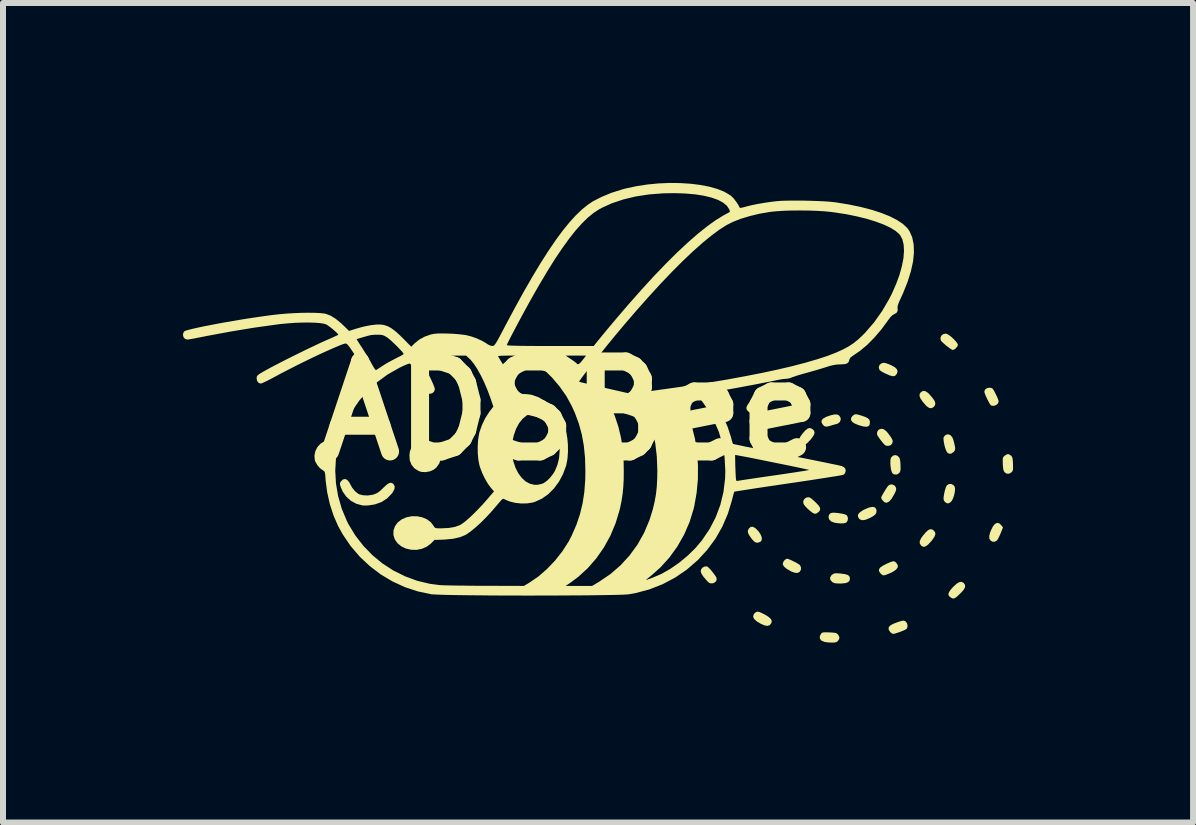
<source format=kicad_pcb>
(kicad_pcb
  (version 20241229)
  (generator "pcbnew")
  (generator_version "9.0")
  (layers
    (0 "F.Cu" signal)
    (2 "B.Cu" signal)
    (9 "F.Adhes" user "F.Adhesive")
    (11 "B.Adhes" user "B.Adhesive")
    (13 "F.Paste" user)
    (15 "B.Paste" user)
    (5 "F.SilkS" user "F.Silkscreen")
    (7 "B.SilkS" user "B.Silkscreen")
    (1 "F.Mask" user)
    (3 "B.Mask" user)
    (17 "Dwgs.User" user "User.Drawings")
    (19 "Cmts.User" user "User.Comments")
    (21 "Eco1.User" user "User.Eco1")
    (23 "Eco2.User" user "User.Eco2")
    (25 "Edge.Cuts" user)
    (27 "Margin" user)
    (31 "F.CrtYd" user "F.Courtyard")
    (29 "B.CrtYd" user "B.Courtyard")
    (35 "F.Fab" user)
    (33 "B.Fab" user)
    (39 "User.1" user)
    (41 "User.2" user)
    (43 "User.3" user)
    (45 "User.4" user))
  (footprint "ADSBee"
    (layer "F.Cu")
    (at 6.453 3.798)
    (property "Reference" "ADSBee" (at 0 0 0) (layer "F.SilkS") (effects (font (size 1.5 1.5) (thickness 0.3))))
    (attr board_only exclude_from_pos_files exclude_from_bom)
    (fp_poly (pts (xy 5.081 1.61) (xy 5.104 1.637) (xy 5.11 1.673) (xy 5.105 1.705) (xy 5.087 1.731) (xy 5.052 1.758) (xy 4.998 1.788) (xy 4.928 1.817) (xy 4.874 1.825) (xy 4.835 1.813) (xy 4.822 1.802) (xy 4.8 1.766) (xy 4.801 1.731) (xy 4.828 1.697) (xy 4.879 1.661) (xy 4.908 1.646) (xy 4.983 1.614) (xy 5.041 1.602)) (stroke (width 0) (type solid)) (fill yes) (layer "F.SilkS"))
    (fp_poly (pts (xy 7.157 1.877) (xy 7.191 1.91) (xy 7.218 1.946) (xy 7.179 2.043) (xy 7.157 2.093) (xy 7.136 2.135) (xy 7.119 2.161) (xy 7.117 2.163) (xy 7.08 2.184) (xy 7.04 2.182) (xy 7.009 2.162) (xy 6.991 2.13) (xy 6.989 2.087) (xy 7.004 2.029) (xy 7.016 1.998) (xy 7.049 1.93) (xy 7.084 1.887) (xy 7.12 1.869)) (stroke (width 0) (type solid)) (fill yes) (layer "F.SilkS"))
    (fp_poly (pts (xy 3.157 3.355) (xy 3.201 3.374) (xy 3.247 3.397) (xy 3.31 3.436) (xy 3.349 3.472) (xy 3.364 3.506) (xy 3.357 3.539) (xy 3.33 3.573) (xy 3.294 3.586) (xy 3.245 3.579) (xy 3.181 3.552) (xy 3.18 3.551) (xy 3.111 3.51) (xy 3.069 3.471) (xy 3.053 3.433) (xy 3.062 3.395) (xy 3.08 3.373) (xy 3.102 3.356) (xy 3.126 3.349)) (stroke (width 0) (type solid)) (fill yes) (layer "F.SilkS"))
    (fp_poly (pts (xy 4.028 0.297) (xy 4.039 0.304) (xy 4.068 0.332) (xy 4.077 0.362) (xy 4.068 0.399) (xy 4.038 0.446) (xy 4.007 0.485) (xy 3.956 0.538) (xy 3.915 0.568) (xy 3.879 0.575) (xy 3.847 0.561) (xy 3.835 0.549) (xy 3.817 0.517) (xy 3.818 0.479) (xy 3.839 0.433) (xy 3.875 0.382) (xy 3.922 0.328) (xy 3.962 0.297) (xy 3.996 0.287)) (stroke (width 0) (type solid)) (fill yes) (layer "F.SilkS"))
    (fp_poly (pts (xy 5.924 -0.327) (xy 5.967 -0.299) (xy 5.989 -0.277) (xy 6.043 -0.215) (xy 6.077 -0.166) (xy 6.09 -0.126) (xy 6.085 -0.093) (xy 6.067 -0.067) (xy 6.029 -0.043) (xy 5.988 -0.046) (xy 5.946 -0.076) (xy 5.938 -0.083) (xy 5.881 -0.149) (xy 5.844 -0.202) (xy 5.827 -0.245) (xy 5.829 -0.279) (xy 5.848 -0.308) (xy 5.851 -0.311) (xy 5.886 -0.331)) (stroke (width 0) (type solid)) (fill yes) (layer "F.SilkS"))
    (fp_poly (pts (xy 6.041 1.98) (xy 6.067 2) (xy 6.087 2.028) (xy 6.091 2.06) (xy 6.077 2.098) (xy 6.044 2.147) (xy 6.02 2.177) (xy 5.97 2.231) (xy 5.929 2.261) (xy 5.893 2.269) (xy 5.861 2.254) (xy 5.849 2.242) (xy 5.83 2.21) (xy 5.831 2.172) (xy 5.853 2.125) (xy 5.882 2.084) (xy 5.932 2.025) (xy 5.973 1.988) (xy 6.009 1.974)) (stroke (width 0) (type solid)) (fill yes) (layer "F.SilkS"))
    (fp_poly (pts (xy 3.09 1.957) (xy 3.138 2.005) (xy 3.143 2.01) (xy 3.18 2.067) (xy 3.198 2.117) (xy 3.195 2.158) (xy 3.173 2.186) (xy 3.132 2.199) (xy 3.119 2.2) (xy 3.093 2.195) (xy 3.067 2.177) (xy 3.035 2.142) (xy 3.027 2.132) (xy 2.988 2.077) (xy 2.967 2.035) (xy 2.965 2) (xy 2.979 1.967) (xy 2.979 1.966) (xy 3.01 1.937) (xy 3.047 1.934)) (stroke (width 0) (type solid)) (fill yes) (layer "F.SilkS"))
    (fp_poly (pts (xy 6.558 2.868) (xy 6.566 2.874) (xy 6.586 2.905) (xy 6.586 2.94) (xy 6.565 2.981) (xy 6.522 3.031) (xy 6.501 3.051) (xy 6.456 3.094) (xy 6.423 3.119) (xy 6.398 3.13) (xy 6.376 3.128) (xy 6.353 3.117) (xy 6.32 3.092) (xy 6.308 3.064) (xy 6.316 3.028) (xy 6.345 2.984) (xy 6.387 2.937) (xy 6.442 2.886) (xy 6.487 2.858) (xy 6.525 2.852)) (stroke (width 0) (type solid)) (fill yes) (layer "F.SilkS"))
    (fp_poly (pts (xy 3.164 -0.243) (xy 3.192 -0.214) (xy 3.2 -0.182) (xy 3.191 -0.149) (xy 3.169 -0.106) (xy 3.137 -0.06) (xy 3.101 -0.017) (xy 3.065 0.018) (xy 3.035 0.037) (xy 3.023 0.04) (xy 2.998 0.031) (xy 2.968 0.009) (xy 2.965 0.006) (xy 2.944 -0.022) (xy 2.94 -0.052) (xy 2.954 -0.089) (xy 2.984 -0.133) (xy 3.029 -0.192) (xy 3.066 -0.229) (xy 3.098 -0.249) (xy 3.122 -0.253)) (stroke (width 0) (type solid)) (fill yes) (layer "F.SilkS"))
    (fp_poly (pts (xy 4.442 1.702) (xy 4.489 1.708) (xy 4.548 1.718) (xy 4.586 1.728) (xy 4.609 1.74) (xy 4.622 1.754) (xy 4.634 1.792) (xy 4.628 1.832) (xy 4.606 1.863) (xy 4.599 1.867) (xy 4.564 1.876) (xy 4.512 1.878) (xy 4.45 1.873) (xy 4.403 1.864) (xy 4.352 1.844) (xy 4.32 1.811) (xy 4.31 1.77) (xy 4.312 1.754) (xy 4.325 1.724) (xy 4.348 1.706) (xy 4.385 1.699)) (stroke (width 0) (type solid)) (fill yes) (layer "F.SilkS"))
    (fp_poly (pts (xy 4.484 0.077) (xy 4.508 0.11) (xy 4.509 0.113) (xy 4.513 0.151) (xy 4.497 0.188) (xy 4.463 0.214) (xy 4.443 0.221) (xy 4.407 0.23) (xy 4.362 0.243) (xy 4.348 0.248) (xy 4.296 0.262) (xy 4.261 0.264) (xy 4.236 0.254) (xy 4.214 0.231) (xy 4.193 0.193) (xy 4.195 0.159) (xy 4.221 0.129) (xy 4.272 0.101) (xy 4.338 0.078) (xy 4.403 0.062) (xy 4.451 0.062)) (stroke (width 0) (type solid)) (fill yes) (layer "F.SilkS"))
    (fp_poly (pts (xy 5.263 -0.794) (xy 5.308 -0.779) (xy 5.355 -0.759) (xy 5.416 -0.725) (xy 5.45 -0.691) (xy 5.461 -0.656) (xy 5.451 -0.622) (xy 5.431 -0.593) (xy 5.406 -0.577) (xy 5.372 -0.577) (xy 5.325 -0.591) (xy 5.263 -0.618) (xy 5.217 -0.641) (xy 5.181 -0.663) (xy 5.161 -0.679) (xy 5.16 -0.68) (xy 5.147 -0.721) (xy 5.157 -0.759) (xy 5.185 -0.787) (xy 5.227 -0.8) (xy 5.232 -0.8)) (stroke (width 0) (type solid)) (fill yes) (layer "F.SilkS"))
    (fp_poly (pts (xy 5.418 2.516) (xy 5.436 2.532) (xy 5.439 2.536) (xy 5.464 2.574) (xy 5.463 2.612) (xy 5.436 2.648) (xy 5.384 2.684) (xy 5.324 2.712) (xy 5.273 2.733) (xy 5.24 2.743) (xy 5.218 2.743) (xy 5.199 2.733) (xy 5.179 2.714) (xy 5.153 2.679) (xy 5.15 2.647) (xy 5.169 2.616) (xy 5.213 2.584) (xy 5.275 2.552) (xy 5.332 2.527) (xy 5.371 2.513) (xy 5.398 2.509)) (stroke (width 0) (type solid)) (fill yes) (layer "F.SilkS"))
    (fp_poly (pts (xy 6.348 0.411) (xy 6.378 0.451) (xy 6.394 0.496) (xy 6.41 0.562) (xy 6.419 0.607) (xy 6.421 0.638) (xy 6.415 0.66) (xy 6.403 0.678) (xy 6.395 0.687) (xy 6.355 0.715) (xy 6.318 0.716) (xy 6.287 0.694) (xy 6.271 0.665) (xy 6.254 0.619) (xy 6.24 0.565) (xy 6.23 0.511) (xy 6.226 0.467) (xy 6.229 0.442) (xy 6.248 0.415) (xy 6.273 0.398) (xy 6.312 0.393)) (stroke (width 0) (type solid)) (fill yes) (layer "F.SilkS"))
    (fp_poly (pts (xy 3.644 2.473) (xy 3.682 2.489) (xy 3.728 2.511) (xy 3.774 2.534) (xy 3.811 2.557) (xy 3.83 2.57) (xy 3.849 2.603) (xy 3.851 2.644) (xy 3.834 2.679) (xy 3.829 2.685) (xy 3.796 2.703) (xy 3.753 2.702) (xy 3.697 2.683) (xy 3.673 2.671) (xy 3.607 2.632) (xy 3.566 2.596) (xy 3.548 2.562) (xy 3.547 2.551) (xy 3.557 2.518) (xy 3.58 2.487) (xy 3.61 2.468) (xy 3.62 2.467)) (stroke (width 0) (type solid)) (fill yes) (layer "F.SilkS"))
    (fp_poly (pts (xy 4.795 0.062) (xy 4.839 0.075) (xy 4.85 0.078) (xy 4.917 0.101) (xy 4.961 0.122) (xy 4.987 0.145) (xy 4.998 0.173) (xy 5 0.192) (xy 4.994 0.234) (xy 4.975 0.258) (xy 4.94 0.267) (xy 4.887 0.261) (xy 4.822 0.243) (xy 4.752 0.216) (xy 4.707 0.187) (xy 4.685 0.156) (xy 4.686 0.121) (xy 4.687 0.12) (xy 4.704 0.092) (xy 4.727 0.072) (xy 4.747 0.061) (xy 4.766 0.058)) (stroke (width 0) (type solid)) (fill yes) (layer "F.SilkS"))
    (fp_poly (pts (xy 5.464 0.753) (xy 5.493 0.787) (xy 5.501 0.813) (xy 5.507 0.856) (xy 5.51 0.908) (xy 5.51 0.912) (xy 5.511 0.967) (xy 5.507 1.002) (xy 5.497 1.026) (xy 5.488 1.038) (xy 5.45 1.063) (xy 5.408 1.062) (xy 5.38 1.048) (xy 5.365 1.024) (xy 5.352 0.981) (xy 5.344 0.928) (xy 5.34 0.872) (xy 5.342 0.822) (xy 5.35 0.785) (xy 5.354 0.778) (xy 5.387 0.747) (xy 5.426 0.739)) (stroke (width 0) (type solid)) (fill yes) (layer "F.SilkS"))
    (fp_poly (pts (xy 6.392 1.239) (xy 6.413 1.266) (xy 6.419 1.299) (xy 6.416 1.347) (xy 6.405 1.402) (xy 6.388 1.455) (xy 6.368 1.497) (xy 6.352 1.517) (xy 6.319 1.541) (xy 6.291 1.544) (xy 6.258 1.527) (xy 6.256 1.526) (xy 6.232 1.495) (xy 6.227 1.463) (xy 6.231 1.421) (xy 6.24 1.369) (xy 6.253 1.317) (xy 6.267 1.274) (xy 6.28 1.247) (xy 6.28 1.246) (xy 6.315 1.222) (xy 6.355 1.22)) (stroke (width 0) (type solid)) (fill yes) (layer "F.SilkS"))
    (fp_poly (pts (xy 2.291 2.599) (xy 2.312 2.617) (xy 2.343 2.649) (xy 2.377 2.69) (xy 2.408 2.731) (xy 2.432 2.766) (xy 2.442 2.784) (xy 2.444 2.823) (xy 2.424 2.855) (xy 2.387 2.875) (xy 2.371 2.877) (xy 2.343 2.877) (xy 2.32 2.869) (xy 2.294 2.847) (xy 2.267 2.817) (xy 2.219 2.76) (xy 2.191 2.715) (xy 2.179 2.679) (xy 2.184 2.649) (xy 2.185 2.645) (xy 2.21 2.614) (xy 2.246 2.596) (xy 2.283 2.595)) (stroke (width 0) (type solid)) (fill yes) (layer "F.SilkS"))
    (fp_poly (pts (xy 4 1.448) (xy 4.022 1.463) (xy 4.056 1.491) (xy 4.094 1.526) (xy 4.099 1.531) (xy 4.145 1.58) (xy 4.168 1.619) (xy 4.17 1.651) (xy 4.152 1.68) (xy 4.138 1.692) (xy 4.105 1.714) (xy 4.077 1.717) (xy 4.045 1.702) (xy 4.04 1.698) (xy 3.998 1.666) (xy 3.955 1.627) (xy 3.919 1.589) (xy 3.896 1.557) (xy 3.892 1.55) (xy 3.888 1.509) (xy 3.905 1.473) (xy 3.935 1.449) (xy 3.974 1.441)) (stroke (width 0) (type solid)) (fill yes) (layer "F.SilkS"))
    (fp_poly (pts (xy 4.491 2.712) (xy 4.513 2.714) (xy 4.583 2.723) (xy 4.63 2.737) (xy 4.656 2.758) (xy 4.666 2.788) (xy 4.667 2.795) (xy 4.659 2.834) (xy 4.634 2.859) (xy 4.588 2.874) (xy 4.521 2.88) (xy 4.508 2.88) (xy 4.451 2.879) (xy 4.412 2.874) (xy 4.385 2.863) (xy 4.368 2.852) (xy 4.339 2.817) (xy 4.336 2.779) (xy 4.359 2.742) (xy 4.37 2.733) (xy 4.391 2.719) (xy 4.413 2.711) (xy 4.444 2.709)) (stroke (width 0) (type solid)) (fill yes) (layer "F.SilkS"))
    (fp_poly (pts (xy 6.284 -1.281) (xy 6.317 -1.262) (xy 6.357 -1.232) (xy 6.397 -1.194) (xy 6.433 -1.156) (xy 6.458 -1.122) (xy 6.467 -1.1) (xy 6.456 -1.071) (xy 6.43 -1.04) (xy 6.399 -1.019) (xy 6.38 -1.013) (xy 6.362 -1.021) (xy 6.33 -1.042) (xy 6.29 -1.072) (xy 6.278 -1.081) (xy 6.237 -1.116) (xy 6.203 -1.147) (xy 6.184 -1.17) (xy 6.182 -1.173) (xy 6.175 -1.214) (xy 6.189 -1.25) (xy 6.218 -1.276) (xy 6.257 -1.286)) (stroke (width 0) (type solid)) (fill yes) (layer "F.SilkS"))
    (fp_poly (pts (xy -2.36 0.499) (xy -2.294 0.522) (xy -2.227 0.571) (xy -2.18 0.637) (xy -2.153 0.715) (xy -2.151 0.73) (xy -2.155 0.807) (xy -2.181 0.881) (xy -2.227 0.945) (xy -2.269 0.98) (xy -2.332 1.009) (xy -2.405 1.023) (xy -2.476 1.02) (xy -2.52 1.006) (xy -2.593 0.961) (xy -2.643 0.9) (xy -2.672 0.825) (xy -2.677 0.738) (xy -2.669 0.677) (xy -2.651 0.628) (xy -2.618 0.585) (xy -2.569 0.541) (xy -2.508 0.508) (xy -2.436 0.494)) (stroke (width 0) (type solid)) (fill yes) (layer "F.SilkS"))
    (fp_poly (pts (xy 4.323 3.695) (xy 4.381 3.698) (xy 4.419 3.703) (xy 4.444 3.71) (xy 4.46 3.723) (xy 4.468 3.731) (xy 4.49 3.771) (xy 4.487 3.807) (xy 4.466 3.837) (xy 4.444 3.855) (xy 4.416 3.863) (xy 4.371 3.865) (xy 4.363 3.865) (xy 4.311 3.863) (xy 4.262 3.857) (xy 4.241 3.853) (xy 4.192 3.832) (xy 4.166 3.8) (xy 4.164 3.76) (xy 4.182 3.722) (xy 4.194 3.707) (xy 4.209 3.698) (xy 4.233 3.694) (xy 4.273 3.694)) (stroke (width 0) (type solid)) (fill yes) (layer "F.SilkS"))
    (fp_poly (pts (xy 5.235 0.311) (xy 5.28 0.348) (xy 5.309 0.384) (xy 5.347 0.436) (xy 5.37 0.473) (xy 5.379 0.5) (xy 5.378 0.523) (xy 5.371 0.544) (xy 5.35 0.571) (xy 5.318 0.583) (xy 5.305 0.584) (xy 5.28 0.585) (xy 5.26 0.578) (xy 5.239 0.561) (xy 5.211 0.529) (xy 5.189 0.502) (xy 5.158 0.46) (xy 5.133 0.424) (xy 5.12 0.401) (xy 5.119 0.398) (xy 5.12 0.354) (xy 5.139 0.323) (xy 5.153 0.312) (xy 5.193 0.299)) (stroke (width 0) (type solid)) (fill yes) (layer "F.SilkS"))
    (fp_poly (pts (xy 5.411 1.247) (xy 5.419 1.256) (xy 5.435 1.284) (xy 5.438 1.311) (xy 5.428 1.345) (xy 5.405 1.393) (xy 5.403 1.396) (xy 5.36 1.468) (xy 5.32 1.513) (xy 5.282 1.533) (xy 5.246 1.527) (xy 5.214 1.498) (xy 5.195 1.47) (xy 5.187 1.451) (xy 5.187 1.45) (xy 5.193 1.432) (xy 5.21 1.399) (xy 5.234 1.358) (xy 5.26 1.314) (xy 5.285 1.276) (xy 5.304 1.251) (xy 5.304 1.25) (xy 5.337 1.23) (xy 5.376 1.229)) (stroke (width 0) (type solid)) (fill yes) (layer "F.SilkS"))
    (fp_poly (pts (xy 5.581 3.505) (xy 5.594 3.512) (xy 5.617 3.54) (xy 5.627 3.579) (xy 5.623 3.616) (xy 5.609 3.638) (xy 5.585 3.652) (xy 5.544 3.67) (xy 5.495 3.689) (xy 5.446 3.706) (xy 5.407 3.717) (xy 5.387 3.72) (xy 5.362 3.71) (xy 5.335 3.686) (xy 5.334 3.685) (xy 5.312 3.646) (xy 5.312 3.613) (xy 5.334 3.583) (xy 5.381 3.555) (xy 5.454 3.527) (xy 5.454 3.527) (xy 5.507 3.509) (xy 5.541 3.501) (xy 5.564 3.499)) (stroke (width 0) (type solid)) (fill yes) (layer "F.SilkS"))
    (fp_poly (pts (xy 7.002 -0.384) (xy 7.025 -0.38) (xy 7.043 -0.37) (xy 7.06 -0.348) (xy 7.082 -0.309) (xy 7.096 -0.28) (xy 7.12 -0.231) (xy 7.137 -0.189) (xy 7.146 -0.161) (xy 7.146 -0.157) (xy 7.135 -0.123) (xy 7.106 -0.096) (xy 7.068 -0.082) (xy 7.029 -0.085) (xy 7.017 -0.091) (xy 7.002 -0.108) (xy 6.982 -0.144) (xy 6.958 -0.189) (xy 6.936 -0.237) (xy 6.918 -0.28) (xy 6.908 -0.311) (xy 6.907 -0.318) (xy 6.919 -0.352) (xy 6.949 -0.376) (xy 6.992 -0.385)) (stroke (width 0) (type solid)) (fill yes) (layer "F.SilkS"))
    (fp_poly (pts (xy 7.342 0.74) (xy 7.349 0.745) (xy 7.364 0.761) (xy 7.374 0.781) (xy 7.38 0.813) (xy 7.384 0.862) (xy 7.385 0.884) (xy 7.386 0.941) (xy 7.385 0.978) (xy 7.379 1.002) (xy 7.367 1.019) (xy 7.361 1.025) (xy 7.322 1.049) (xy 7.281 1.049) (xy 7.245 1.025) (xy 7.231 1.003) (xy 7.222 0.97) (xy 7.217 0.919) (xy 7.215 0.887) (xy 7.214 0.833) (xy 7.215 0.798) (xy 7.221 0.777) (xy 7.232 0.761) (xy 7.247 0.749) (xy 7.283 0.726) (xy 7.311 0.723)) (stroke (width 0) (type solid)) (fill yes) (layer "F.SilkS"))
    (fp_poly (pts (xy -3.715 1.152) (xy -3.682 1.191) (xy -3.667 1.219) (xy -3.631 1.284) (xy -3.584 1.341) (xy -3.532 1.383) (xy -3.51 1.394) (xy -3.447 1.409) (xy -3.371 1.412) (xy -3.294 1.401) (xy -3.259 1.391) (xy -3.212 1.37) (xy -3.165 1.335) (xy -3.112 1.284) (xy -3.06 1.235) (xy -3.018 1.207) (xy -2.984 1.2) (xy -2.955 1.212) (xy -2.942 1.224) (xy -2.923 1.26) (xy -2.926 1.302) (xy -2.951 1.352) (xy -2.97 1.379) (xy -3.049 1.461) (xy -3.143 1.522) (xy -3.253 1.561) (xy -3.353 1.577) (xy -3.402 1.58) (xy -3.446 1.579) (xy -3.46 1.578) (xy -3.561 1.551) (xy -3.652 1.502) (xy -3.73 1.432) (xy -3.791 1.345) (xy -3.823 1.271) (xy -3.834 1.233) (xy -3.835 1.208) (xy -3.825 1.186) (xy -3.822 1.181) (xy -3.788 1.147) (xy -3.751 1.137)) (stroke (width 0) (type solid)) (fill yes) (layer "F.SilkS"))
    (fp_poly (pts (xy 1.835 -3.796) (xy 2.008 -3.785) (xy 2.17 -3.765) (xy 2.321 -3.736) (xy 2.455 -3.698) (xy 2.571 -3.652) (xy 2.665 -3.597) (xy 2.69 -3.578) (xy 2.727 -3.541) (xy 2.767 -3.49) (xy 2.803 -3.436) (xy 2.828 -3.389) (xy 2.83 -3.384) (xy 2.843 -3.382) (xy 2.875 -3.388) (xy 2.919 -3.399) (xy 2.92 -3.4) (xy 3.013 -3.424) (xy 3.126 -3.447) (xy 3.249 -3.468) (xy 3.375 -3.486) (xy 3.446 -3.494) (xy 3.524 -3.5) (xy 3.623 -3.503) (xy 3.737 -3.504) (xy 3.86 -3.504) (xy 3.987 -3.501) (xy 4.112 -3.497) (xy 4.229 -3.492) (xy 4.332 -3.485) (xy 4.416 -3.476) (xy 4.433 -3.474) (xy 4.647 -3.439) (xy 4.845 -3.398) (xy 5.026 -3.351) (xy 5.188 -3.299) (xy 5.33 -3.242) (xy 5.45 -3.181) (xy 5.548 -3.116) (xy 5.621 -3.048) (xy 5.658 -2.997) (xy 5.704 -2.894) (xy 5.729 -2.774) (xy 5.734 -2.639) (xy 5.719 -2.489) (xy 5.683 -2.326) (xy 5.628 -2.15) (xy 5.553 -1.962) (xy 5.508 -1.864) (xy 5.479 -1.798) (xy 5.463 -1.751) (xy 5.46 -1.72) (xy 5.461 -1.715) (xy 5.463 -1.667) (xy 5.442 -1.631) (xy 5.407 -1.612) (xy 5.375 -1.593) (xy 5.34 -1.559) (xy 5.299 -1.504) (xy 5.297 -1.501) (xy 5.19 -1.355) (xy 5.074 -1.22) (xy 4.955 -1.099) (xy 4.834 -0.998) (xy 4.717 -0.918) (xy 4.709 -0.913) (xy 4.672 -0.884) (xy 4.658 -0.854) (xy 4.647 -0.816) (xy 4.624 -0.792) (xy 4.586 -0.778) (xy 4.528 -0.774) (xy 4.509 -0.773) (xy 4.453 -0.771) (xy 4.397 -0.763) (xy 4.333 -0.748) (xy 4.261 -0.725) (xy 4.19 -0.703) (xy 4.103 -0.677) (xy 4.012 -0.651) (xy 3.928 -0.627) (xy 3.925 -0.627) (xy 3.854 -0.607) (xy 3.79 -0.588) (xy 3.737 -0.57) (xy 3.702 -0.558) (xy 3.696 -0.555) (xy 3.654 -0.54) (xy 3.606 -0.533) (xy 3.602 -0.533) (xy 3.568 -0.53) (xy 3.515 -0.523) (xy 3.451 -0.511) (xy 3.391 -0.499) (xy 3.33 -0.486) (xy 3.252 -0.471) (xy 3.159 -0.453) (xy 3.057 -0.433) (xy 2.948 -0.413) (xy 2.839 -0.392) (xy 2.732 -0.373) (xy 2.631 -0.355) (xy 2.541 -0.339) (xy 2.466 -0.326) (xy 2.41 -0.317) (xy 2.383 -0.313) (xy 2.34 -0.307) (xy 2.319 -0.301) (xy 2.316 -0.292) (xy 2.323 -0.28) (xy 2.445 -0.097) (xy 2.547 0.086) (xy 2.627 0.266) (xy 2.684 0.44) (xy 2.693 0.477) (xy 2.704 0.517) (xy 2.715 0.545) (xy 2.72 0.553) (xy 2.735 0.557) (xy 2.773 0.565) (xy 2.834 0.578) (xy 2.914 0.595) (xy 3.011 0.614) (xy 3.124 0.637) (xy 3.25 0.663) (xy 3.387 0.69) (xy 3.533 0.719) (xy 3.609 0.734) (xy 3.759 0.764) (xy 3.903 0.792) (xy 4.037 0.819) (xy 4.16 0.844) (xy 4.269 0.866) (xy 4.363 0.886) (xy 4.438 0.901) (xy 4.492 0.913) (xy 4.524 0.92) (xy 4.53 0.922) (xy 4.564 0.939) (xy 4.587 0.961) (xy 4.588 0.962) (xy 4.596 1.002) (xy 4.585 1.041) (xy 4.559 1.067) (xy 4.542 1.071) (xy 4.5 1.079) (xy 4.437 1.09) (xy 4.353 1.103) (xy 4.253 1.119) (xy 4.137 1.137) (xy 4.008 1.157) (xy 3.868 1.178) (xy 3.72 1.2) (xy 3.639 1.212) (xy 3.488 1.234) (xy 3.345 1.255) (xy 3.212 1.275) (xy 3.091 1.293) (xy 2.984 1.31) (xy 2.894 1.324) (xy 2.822 1.335) (xy 2.772 1.343) (xy 2.744 1.348) (xy 2.739 1.349) (xy 2.734 1.365) (xy 2.723 1.4) (xy 2.71 1.449) (xy 2.701 1.488) (xy 2.632 1.715) (xy 2.54 1.93) (xy 2.426 2.131) (xy 2.288 2.318) (xy 2.129 2.491) (xy 2.125 2.494) (xy 1.945 2.65) (xy 1.751 2.782) (xy 1.545 2.891) (xy 1.327 2.977) (xy 1.099 3.038) (xy 0.977 3.06) (xy 0.941 3.063) (xy 0.88 3.066) (xy 0.797 3.069) (xy 0.694 3.071) (xy 0.573 3.073) (xy 0.435 3.075) (xy 0.285 3.077) (xy 0.122 3.078) (xy -0.049 3.079) (xy -0.228 3.08) (xy -0.412 3.08) (xy -0.599 3.081) (xy -0.787 3.081) (xy -0.974 3.08) (xy -1.157 3.08) (xy -1.334 3.079) (xy -1.503 3.077) (xy -1.663 3.076) (xy -1.81 3.074) (xy -1.943 3.072) (xy -2.06 3.07) (xy -2.158 3.067) (xy -2.235 3.064) (xy -2.289 3.061) (xy -2.313 3.059) (xy -2.539 3.011) (xy -2.756 2.939) (xy -2.964 2.843) (xy -3.159 2.726) (xy -3.341 2.587) (xy -3.508 2.43) (xy -3.658 2.254) (xy -3.789 2.061) (xy -3.868 1.918) (xy -3.943 1.745) (xy -4.004 1.557) (xy -4.048 1.361) (xy -4.074 1.167) (xy -4.076 1.136) (xy -4.08 1.078) (xy -4.085 1.04) (xy -4.092 1.017) (xy -4.103 1.004) (xy -4.107 1.001) (xy -3.914 1.001) (xy -3.902 1.212) (xy -3.866 1.423) (xy -3.806 1.632) (xy -3.721 1.836) (xy -3.693 1.892) (xy -3.579 2.08) (xy -3.445 2.252) (xy -3.294 2.408) (xy -3.126 2.546) (xy -2.944 2.664) (xy -2.75 2.76) (xy -2.547 2.835) (xy -2.337 2.885) (xy -2.183 2.905) (xy -2.144 2.908) (xy -2.082 2.91) (xy -2.001 2.912) (xy -1.902 2.914) (xy -1.789 2.915) (xy -1.666 2.917) (xy -1.536 2.918) (xy -1.414 2.918) (xy -0.768 2.92) (xy -0.073 2.92) (xy 0.148 2.92) (xy 0.368 2.92) (xy 0.485 2.851) (xy 0.528 2.821) (xy 1.27 2.821) (xy 1.273 2.821) (xy 1.301 2.81) (xy 1.342 2.796) (xy 1.367 2.787) (xy 1.517 2.723) (xy 1.67 2.637) (xy 1.82 2.533) (xy 1.963 2.414) (xy 2.095 2.285) (xy 2.2 2.159) (xy 2.327 1.972) (xy 2.429 1.775) (xy 2.506 1.569) (xy 2.558 1.355) (xy 2.585 1.131) (xy 2.589 1) (xy 2.577 0.774) (xy 2.573 0.751) (xy 2.752 0.751) (xy 2.753 0.786) (xy 2.754 0.84) (xy 2.755 0.907) (xy 2.757 0.958) (xy 2.76 1.039) (xy 2.763 1.097) (xy 2.766 1.136) (xy 2.77 1.159) (xy 2.776 1.169) (xy 2.784 1.17) (xy 2.785 1.17) (xy 2.802 1.167) (xy 2.843 1.161) (xy 2.905 1.151) (xy 2.985 1.139) (xy 3.08 1.125) (xy 3.188 1.109) (xy 3.305 1.092) (xy 3.397 1.079) (xy 3.519 1.061) (xy 3.632 1.044) (xy 3.734 1.029) (xy 3.823 1.015) (xy 3.895 1.004) (xy 3.948 0.995) (xy 3.979 0.989) (xy 3.987 0.987) (xy 3.974 0.983) (xy 3.938 0.975) (xy 3.883 0.963) (xy 3.811 0.947) (xy 3.724 0.929) (xy 3.628 0.909) (xy 3.523 0.888) (xy 3.415 0.866) (xy 3.305 0.844) (xy 3.197 0.822) (xy 3.094 0.801) (xy 2.999 0.782) (xy 2.915 0.766) (xy 2.845 0.753) (xy 2.793 0.743) (xy 2.761 0.738) (xy 2.753 0.737) (xy 2.752 0.751) (xy 2.573 0.751) (xy 2.541 0.558) (xy 2.481 0.351) (xy 2.395 0.153) (xy 2.346 0.061) (xy 2.311 0.004) (xy 2.272 -0.057) (xy 2.231 -0.117) (xy 2.191 -0.172) (xy 2.155 -0.218) (xy 2.126 -0.251) (xy 2.108 -0.266) (xy 2.106 -0.267) (xy 2.085 -0.265) (xy 2.047 -0.259) (xy 1.998 -0.251) (xy 1.945 -0.243) (xy 1.895 -0.234) (xy 1.855 -0.226) (xy 1.832 -0.221) (xy 1.829 -0.22) (xy 1.833 -0.207) (xy 1.847 -0.176) (xy 1.869 -0.134) (xy 1.878 -0.117) (xy 1.963 0.062) (xy 2.031 0.258) (xy 2.083 0.467) (xy 2.117 0.687) (xy 2.133 0.912) (xy 2.132 1.14) (xy 2.111 1.366) (xy 2.072 1.587) (xy 2.059 1.642) (xy 1.992 1.858) (xy 1.902 2.065) (xy 1.79 2.262) (xy 1.659 2.444) (xy 1.51 2.609) (xy 1.346 2.755) (xy 1.333 2.764) (xy 1.297 2.793) (xy 1.275 2.813) (xy 1.27 2.821) (xy 0.528 2.821) (xy 0.672 2.724) (xy 0.842 2.577) (xy 0.993 2.412) (xy 1.125 2.231) (xy 1.236 2.033) (xy 1.325 1.821) (xy 1.379 1.648) (xy 1.41 1.518) (xy 1.433 1.392) (xy 1.447 1.261) (xy 1.454 1.117) (xy 1.456 1) (xy 1.447 0.762) (xy 1.421 0.541) (xy 1.376 0.334) (xy 1.313 0.139) (xy 1.232 -0.042) (xy 1.185 -0.136) (xy 1.083 -0.127) (xy 1.035 -0.124) (xy 0.991 -0.125) (xy 0.943 -0.131) (xy 0.884 -0.141) (xy 0.808 -0.158) (xy 0.805 -0.159) (xy 0.74 -0.174) (xy 0.685 -0.187) (xy 0.645 -0.196) (xy 0.624 -0.2) (xy 0.623 -0.2) (xy 0.626 -0.189) (xy 0.638 -0.159) (xy 0.658 -0.116) (xy 0.67 -0.09) (xy 0.747 0.087) (xy 0.806 0.265) (xy 0.85 0.448) (xy 0.879 0.643) (xy 0.894 0.853) (xy 0.896 1) (xy 0.895 1.145) (xy 0.888 1.271) (xy 0.877 1.386) (xy 0.86 1.496) (xy 0.837 1.61) (xy 0.825 1.66) (xy 0.759 1.877) (xy 0.672 2.085) (xy 0.564 2.28) (xy 0.438 2.461) (xy 0.294 2.626) (xy 0.136 2.77) (xy 0.013 2.862) (xy -0.073 2.92) (xy -0.768 2.92) (xy -0.681 2.868) (xy -0.53 2.765) (xy -0.385 2.639) (xy -0.249 2.497) (xy -0.127 2.342) (xy -0.023 2.18) (xy 0.028 2.081) (xy 0.106 1.902) (xy 0.166 1.724) (xy 0.21 1.542) (xy 0.239 1.351) (xy 0.254 1.145) (xy 0.256 1) (xy 0.25 0.781) (xy 0.23 0.581) (xy 0.196 0.394) (xy 0.147 0.214) (xy 0.081 0.036) (xy 0.028 -0.081) (xy -0.062 -0.246) (xy -0.174 -0.405) (xy -0.241 -0.484) (xy 0.151 -0.484) (xy 0.165 -0.48) (xy 0.202 -0.47) (xy 0.259 -0.457) (xy 0.332 -0.439) (xy 0.419 -0.419) (xy 0.517 -0.396) (xy 0.58 -0.382) (xy 1.003 -0.285) (xy 1.145 -0.303) (xy 1.199 -0.31) (xy 1.274 -0.32) (xy 1.364 -0.331) (xy 1.462 -0.345) (xy 1.564 -0.359) (xy 1.622 -0.367) (xy 1.971 -0.417) (xy 2.305 -0.468) (xy 2.621 -0.521) (xy 2.92 -0.576) (xy 3.201 -0.631) (xy 3.462 -0.687) (xy 3.702 -0.743) (xy 3.92 -0.8) (xy 4.116 -0.857) (xy 4.288 -0.913) (xy 4.436 -0.97) (xy 4.553 -1.023) (xy 4.647 -1.074) (xy 4.73 -1.129) (xy 4.81 -1.194) (xy 4.894 -1.274) (xy 4.921 -1.302) (xy 5.068 -1.472) (xy 5.203 -1.662) (xy 5.323 -1.868) (xy 5.366 -1.953) (xy 5.437 -2.114) (xy 5.493 -2.267) (xy 5.533 -2.411) (xy 5.559 -2.545) (xy 5.568 -2.665) (xy 5.562 -2.771) (xy 5.54 -2.86) (xy 5.502 -2.93) (xy 5.489 -2.945) (xy 5.425 -3) (xy 5.337 -3.054) (xy 5.226 -3.106) (xy 5.096 -3.154) (xy 4.948 -3.2) (xy 4.785 -3.24) (xy 4.61 -3.276) (xy 4.423 -3.305) (xy 4.347 -3.315) (xy 4.237 -3.326) (xy 4.111 -3.333) (xy 3.973 -3.338) (xy 3.831 -3.339) (xy 3.691 -3.338) (xy 3.558 -3.334) (xy 3.438 -3.326) (xy 3.339 -3.316) (xy 3.335 -3.315) (xy 3.164 -3.286) (xy 3.001 -3.247) (xy 2.849 -3.201) (xy 2.716 -3.149) (xy 2.614 -3.098) (xy 2.492 -3.021) (xy 2.358 -2.921) (xy 2.211 -2.801) (xy 2.052 -2.66) (xy 1.883 -2.5) (xy 1.703 -2.32) (xy 1.514 -2.122) (xy 1.316 -1.906) (xy 1.11 -1.674) (xy 0.896 -1.425) (xy 0.813 -1.326) (xy 0.741 -1.24) (xy 0.667 -1.149) (xy 0.591 -1.056) (xy 0.516 -0.962) (xy 0.443 -0.871) (xy 0.374 -0.784) (xy 0.312 -0.703) (xy 0.257 -0.632) (xy 0.211 -0.572) (xy 0.178 -0.526) (xy 0.157 -0.496) (xy 0.151 -0.484) (xy -0.241 -0.484) (xy -0.302 -0.556) (xy -0.442 -0.692) (xy -0.59 -0.809) (xy -0.681 -0.868) (xy -0.768 -0.92) (xy -0.073 -0.92) (xy 0.016 -0.86) (xy 0.059 -0.831) (xy 0.092 -0.806) (xy 0.111 -0.789) (xy 0.113 -0.787) (xy 0.128 -0.775) (xy 0.149 -0.781) (xy 0.179 -0.808) (xy 0.211 -0.847) (xy 0.268 -0.92) (xy 0.098 -0.92) (xy -0.073 -0.92) (xy -0.768 -0.92) (xy -0.984 -0.92) (xy -1.057 -0.919) (xy -1.119 -0.918) (xy -1.166 -0.916) (xy -1.194 -0.913) (xy -1.2 -0.911) (xy -1.193 -0.897) (xy -1.175 -0.866) (xy -1.149 -0.823) (xy -1.133 -0.798) (xy -1.087 -0.722) (xy -1.039 -0.637) (xy -0.994 -0.549) (xy -0.954 -0.465) (xy -0.924 -0.392) (xy -0.91 -0.354) (xy -0.887 -0.28) (xy -0.793 -0.28) (xy -0.735 -0.278) (xy -0.678 -0.272) (xy -0.64 -0.266) (xy -0.525 -0.226) (xy -0.416 -0.162) (xy -0.316 -0.078) (xy -0.226 0.024) (xy -0.151 0.142) (xy -0.091 0.272) (xy -0.064 0.356) (xy -0.045 0.454) (xy -0.035 0.567) (xy -0.034 0.684) (xy -0.042 0.796) (xy -0.06 0.895) (xy -0.064 0.913) (xy -0.116 1.054) (xy -0.184 1.182) (xy -0.267 1.295) (xy -0.363 1.391) (xy -0.47 1.466) (xy -0.584 1.518) (xy -0.62 1.529) (xy -0.712 1.544) (xy -0.814 1.546) (xy -0.916 1.535) (xy -1.009 1.511) (xy -1.063 1.489) (xy -1.094 1.474) (xy -1.116 1.467) (xy -1.117 1.467) (xy -1.131 1.476) (xy -1.156 1.502) (xy -1.189 1.54) (xy -1.21 1.564) (xy -1.301 1.671) (xy -1.394 1.772) (xy -1.487 1.865) (xy -1.576 1.946) (xy -1.657 2.012) (xy -1.727 2.061) (xy -1.744 2.071) (xy -1.835 2.108) (xy -1.948 2.134) (xy -2.085 2.147) (xy -2.126 2.149) (xy -2.259 2.153) (xy -2.319 2.214) (xy -2.39 2.267) (xy -2.471 2.302) (xy -2.559 2.319) (xy -2.648 2.317) (xy -2.733 2.298) (xy -2.81 2.262) (xy -2.875 2.21) (xy -2.92 2.146) (xy -2.944 2.072) (xy -2.943 1.996) (xy -2.918 1.924) (xy -2.872 1.861) (xy -2.803 1.809) (xy -2.723 1.775) (xy -2.636 1.758) (xy -2.547 1.759) (xy -2.462 1.777) (xy -2.384 1.81) (xy -2.319 1.86) (xy -2.272 1.923) (xy -2.261 1.941) (xy -2.248 1.952) (xy -2.226 1.958) (xy -2.188 1.96) (xy -2.141 1.96) (xy -2.021 1.954) (xy -1.922 1.937) (xy -1.839 1.908) (xy -1.831 1.904) (xy -1.789 1.877) (xy -1.734 1.834) (xy -1.668 1.776) (xy -1.597 1.708) (xy -1.522 1.632) (xy -1.448 1.553) (xy -1.391 1.488) (xy -1.267 1.344) (xy -1.319 1.285) (xy -1.368 1.219) (xy -1.417 1.135) (xy -1.462 1.042) (xy -1.498 0.948) (xy -1.509 0.913) (xy -1.528 0.819) (xy -1.538 0.71) (xy -1.539 0.618) (xy -0.969 0.618) (xy -0.964 0.735) (xy -0.944 0.845) (xy -0.91 0.948) (xy -0.864 1.039) (xy -0.808 1.115) (xy -0.743 1.176) (xy -0.67 1.216) (xy -0.591 1.235) (xy -0.544 1.234) (xy -0.495 1.225) (xy -0.45 1.211) (xy -0.439 1.206) (xy -0.386 1.169) (xy -0.331 1.115) (xy -0.282 1.052) (xy -0.25 0.999) (xy -0.209 0.898) (xy -0.183 0.792) (xy -0.173 0.673) (xy -0.172 0.633) (xy -0.182 0.488) (xy -0.212 0.36) (xy -0.262 0.248) (xy -0.333 0.152) (xy -0.35 0.134) (xy -0.424 0.075) (xy -0.5 0.041) (xy -0.576 0.032) (xy -0.652 0.044) (xy -0.724 0.079) (xy -0.79 0.134) (xy -0.849 0.207) (xy -0.899 0.299) (xy -0.937 0.408) (xy -0.957 0.498) (xy -0.969 0.618) (xy -1.539 0.618) (xy -1.539 0.594) (xy -1.532 0.481) (xy -1.515 0.38) (xy -1.51 0.358) (xy -1.468 0.238) (xy -1.412 0.121) (xy -1.345 0.017) (xy -1.333 0.002) (xy -1.278 -0.069) (xy -1.326 -0.211) (xy -1.376 -0.345) (xy -1.43 -0.473) (xy -1.487 -0.59) (xy -1.545 -0.694) (xy -1.602 -0.781) (xy -1.655 -0.847) (xy -1.672 -0.864) (xy -1.733 -0.92) (xy -1.87 -0.92) (xy -1.977 -0.918) (xy -2.09 -0.911) (xy -2.201 -0.902) (xy -2.302 -0.89) (xy -2.385 -0.876) (xy -2.402 -0.872) (xy -2.494 -0.851) (xy -2.453 -0.782) (xy -2.415 -0.715) (xy -2.376 -0.642) (xy -2.339 -0.569) (xy -2.306 -0.499) (xy -2.279 -0.439) (xy -2.261 -0.392) (xy -2.253 -0.363) (xy -2.253 -0.361) (xy -2.265 -0.321) (xy -2.295 -0.293) (xy -2.335 -0.283) (xy -2.353 -0.285) (xy -2.368 -0.293) (xy -2.386 -0.312) (xy -2.408 -0.344) (xy -2.436 -0.394) (xy -2.473 -0.464) (xy -2.48 -0.477) (xy -2.531 -0.576) (xy -2.573 -0.653) (xy -2.606 -0.71) (xy -2.633 -0.75) (xy -2.654 -0.774) (xy -2.671 -0.785) (xy -2.679 -0.787) (xy -2.7 -0.781) (xy -2.74 -0.765) (xy -2.792 -0.742) (xy -2.849 -0.714) (xy -3.044 -0.603) (xy -3.22 -0.473) (xy -3.378 -0.327) (xy -3.516 -0.166) (xy -3.635 0.007) (xy -3.734 0.192) (xy -3.812 0.385) (xy -3.868 0.586) (xy -3.902 0.792) (xy -3.914 1.001) (xy -4.107 1.001) (xy -4.12 0.993) (xy -4.169 0.957) (xy -4.214 0.904) (xy -4.247 0.846) (xy -4.254 0.825) (xy -4.261 0.749) (xy -4.246 0.674) (xy -4.211 0.605) (xy -4.16 0.549) (xy -4.117 0.522) (xy -4.079 0.505) (xy -4.048 0.495) (xy -4.039 0.493) (xy -4.025 0.48) (xy -4.007 0.442) (xy -3.985 0.379) (xy -3.981 0.366) (xy -3.904 0.159) (xy -3.802 -0.04) (xy -3.677 -0.229) (xy -3.53 -0.406) (xy -3.488 -0.45) (xy -3.38 -0.561) (xy -3.447 -0.69) (xy -3.481 -0.753) (xy -3.521 -0.822) (xy -3.565 -0.894) (xy -3.608 -0.962) (xy -3.649 -1.024) (xy -3.684 -1.073) (xy -3.71 -1.104) (xy -3.716 -1.11) (xy -3.726 -1.117) (xy -3.738 -1.121) (xy -3.756 -1.119) (xy -3.784 -1.111) (xy -3.824 -1.096) (xy -3.881 -1.072) (xy -3.959 -1.039) (xy -3.967 -1.035) (xy -4.087 -0.982) (xy -4.223 -0.919) (xy -4.371 -0.848) (xy -4.523 -0.773) (xy -4.675 -0.696) (xy -4.82 -0.621) (xy -4.941 -0.556) (xy -5.007 -0.521) (xy -5.066 -0.491) (xy -5.114 -0.469) (xy -5.146 -0.456) (xy -5.156 -0.453) (xy -5.191 -0.465) (xy -5.216 -0.496) (xy -5.225 -0.539) (xy -5.224 -0.549) (xy -5.221 -0.568) (xy -5.213 -0.584) (xy -5.196 -0.6) (xy -5.167 -0.621) (xy -5.121 -0.648) (xy -5.067 -0.678) (xy -4.981 -0.725) (xy -4.877 -0.779) (xy -4.761 -0.839) (xy -4.638 -0.901) (xy -4.512 -0.963) (xy -4.388 -1.024) (xy -4.272 -1.079) (xy -4.169 -1.128) (xy -4.083 -1.167) (xy -4.067 -1.174) (xy -4.021 -1.194) (xy -3.557 -1.194) (xy -3.551 -1.182) (xy -3.533 -1.153) (xy -3.506 -1.109) (xy -3.471 -1.057) (xy -3.464 -1.045) (xy -3.42 -0.976) (xy -3.374 -0.903) (xy -3.334 -0.833) (xy -3.307 -0.784) (xy -3.279 -0.734) (xy -3.256 -0.698) (xy -3.239 -0.679) (xy -3.233 -0.678) (xy -3.217 -0.689) (xy -3.184 -0.71) (xy -3.14 -0.739) (xy -3.12 -0.752) (xy -3.061 -0.789) (xy -2.989 -0.829) (xy -2.919 -0.866) (xy -2.897 -0.877) (xy -2.845 -0.903) (xy -2.804 -0.925) (xy -2.779 -0.941) (xy -2.773 -0.947) (xy -2.783 -0.964) (xy -2.807 -0.994) (xy -2.844 -1.033) (xy -2.887 -1.078) (xy -2.934 -1.123) (xy -2.979 -1.165) (xy -3.018 -1.199) (xy -3.044 -1.219) (xy -3.087 -1.246) (xy -3.123 -1.261) (xy -3.164 -1.267) (xy -3.201 -1.268) (xy -3.253 -1.267) (xy -3.301 -1.264) (xy -3.327 -1.26) (xy -3.36 -1.252) (xy -3.404 -1.24) (xy -3.453 -1.226) (xy -3.499 -1.212) (xy -3.536 -1.201) (xy -3.555 -1.195) (xy -3.557 -1.194) (xy -4.021 -1.194) (xy -4 -1.203) (xy -3.942 -1.229) (xy -3.897 -1.25) (xy -3.869 -1.263) (xy -3.863 -1.267) (xy -3.868 -1.278) (xy -3.889 -1.301) (xy -3.922 -1.331) (xy -3.961 -1.365) (xy -4.002 -1.397) (xy -4.038 -1.423) (xy -4.062 -1.438) (xy -4.105 -1.452) (xy -4.17 -1.462) (xy -4.254 -1.468) (xy -4.353 -1.471) (xy -4.464 -1.47) (xy -4.583 -1.466) (xy -4.705 -1.457) (xy -4.828 -1.446) (xy -4.873 -1.44) (xy -5.262 -1.386) (xy -5.662 -1.32) (xy -6.06 -1.246) (xy -6.119 -1.234) (xy -6.196 -1.219) (xy -6.266 -1.205) (xy -6.324 -1.195) (xy -6.364 -1.188) (xy -6.382 -1.187) (xy -6.418 -1.198) (xy -6.443 -1.226) (xy -6.453 -1.263) (xy -6.446 -1.301) (xy -6.429 -1.325) (xy -6.406 -1.336) (xy -6.36 -1.349) (xy -6.293 -1.366) (xy -6.208 -1.385) (xy -6.106 -1.407) (xy -5.992 -1.429) (xy -5.868 -1.453) (xy -5.735 -1.477) (xy -5.598 -1.5) (xy -5.458 -1.524) (xy -5.318 -1.546) (xy -5.182 -1.566) (xy -5.05 -1.585) (xy -4.98 -1.594) (xy -4.861 -1.608) (xy -4.737 -1.619) (xy -4.61 -1.627) (xy -4.487 -1.632) (xy -4.37 -1.634) (xy -4.264 -1.633) (xy -4.173 -1.629) (xy -4.102 -1.622) (xy -4.069 -1.615) (xy -3.99 -1.585) (xy -3.906 -1.533) (xy -3.814 -1.457) (xy -3.772 -1.417) (xy -3.684 -1.331) (xy -3.577 -1.365) (xy -3.446 -1.402) (xy -3.326 -1.426) (xy -3.221 -1.438) (xy -3.161 -1.438) (xy -3.101 -1.43) (xy -3.043 -1.411) (xy -2.984 -1.38) (xy -2.92 -1.333) (xy -2.847 -1.269) (xy -2.781 -1.204) (xy -2.647 -1.068) (xy -2.588 -1.126) (xy -2.514 -1.186) (xy -2.422 -1.236) (xy -2.324 -1.271) (xy -2.27 -1.282) (xy -2.208 -1.288) (xy -2.128 -1.289) (xy -2.036 -1.287) (xy -1.939 -1.283) (xy -1.844 -1.275) (xy -1.759 -1.265) (xy -1.729 -1.26) (xy -1.646 -1.239) (xy -1.556 -1.207) (xy -1.471 -1.168) (xy -1.398 -1.126) (xy -1.382 -1.114) (xy -1.341 -1.091) (xy -1.301 -1.08) (xy -1.297 -1.08) (xy -1.284 -1.081) (xy -1.273 -1.085) (xy -1.261 -1.094) (xy -1.261 -1.095) (xy -1.053 -1.095) (xy -1.044 -1.091) (xy -1.016 -1.088) (xy -0.968 -1.086) (xy -0.899 -1.084) (xy -0.808 -1.082) (xy -0.693 -1.081) (xy -0.555 -1.08) (xy -0.391 -1.08) (xy -0.329 -1.08) (xy 0.395 -1.08) (xy 0.467 -1.17) (xy 0.497 -1.206) (xy 0.54 -1.259) (xy 0.593 -1.323) (xy 0.653 -1.395) (xy 0.717 -1.471) (xy 0.752 -1.513) (xy 0.977 -1.776) (xy 1.193 -2.02) (xy 1.4 -2.246) (xy 1.598 -2.452) (xy 1.786 -2.639) (xy 1.964 -2.805) (xy 2.13 -2.95) (xy 2.285 -3.074) (xy 2.427 -3.176) (xy 2.557 -3.256) (xy 2.567 -3.261) (xy 2.611 -3.285) (xy 2.645 -3.304) (xy 2.664 -3.314) (xy 2.665 -3.315) (xy 2.664 -3.329) (xy 2.655 -3.356) (xy 2.654 -3.358) (xy 2.616 -3.417) (xy 2.552 -3.47) (xy 2.466 -3.516) (xy 2.359 -3.554) (xy 2.231 -3.585) (xy 2.085 -3.608) (xy 1.922 -3.622) (xy 1.744 -3.628) (xy 1.553 -3.625) (xy 1.32 -3.607) (xy 1.097 -3.573) (xy 0.889 -3.523) (xy 0.697 -3.459) (xy 0.526 -3.381) (xy 0.486 -3.359) (xy 0.393 -3.298) (xy 0.297 -3.22) (xy 0.198 -3.123) (xy 0.094 -3.007) (xy -0.014 -2.87) (xy -0.128 -2.712) (xy -0.249 -2.533) (xy -0.376 -2.33) (xy -0.511 -2.103) (xy -0.593 -1.96) (xy -0.644 -1.87) (xy -0.698 -1.773) (xy -0.753 -1.673) (xy -0.807 -1.573) (xy -0.86 -1.475) (xy -0.909 -1.382) (xy -0.954 -1.297) (xy -0.992 -1.224) (xy -1.022 -1.164) (xy -1.043 -1.121) (xy -1.053 -1.097) (xy -1.053 -1.095) (xy -1.261 -1.095) (xy -1.246 -1.112) (xy -1.228 -1.141) (xy -1.203 -1.183) (xy -1.172 -1.241) (xy -1.131 -1.318) (xy -1.08 -1.415) (xy -1.079 -1.417) (xy -0.921 -1.713) (xy -0.771 -1.985) (xy -0.628 -2.233) (xy -0.493 -2.458) (xy -0.364 -2.66) (xy -0.242 -2.84) (xy -0.125 -2.999) (xy -0.013 -3.137) (xy 0.094 -3.255) (xy 0.197 -3.354) (xy 0.296 -3.434) (xy 0.379 -3.49) (xy 0.525 -3.565) (xy 0.689 -3.633) (xy 0.866 -3.689) (xy 0.929 -3.706) (xy 1.106 -3.744) (xy 1.288 -3.772) (xy 1.472 -3.79) (xy 1.656 -3.798)) (stroke (width 0) (type solid)) (fill yes) (layer "F.SilkS")))
  (gr_rect
    (start -3 -3)
    (end 16.84 10.663)
    (stroke (width 0.1) (type default))
    (fill no)
    (layer "Edge.Cuts")))
</source>
